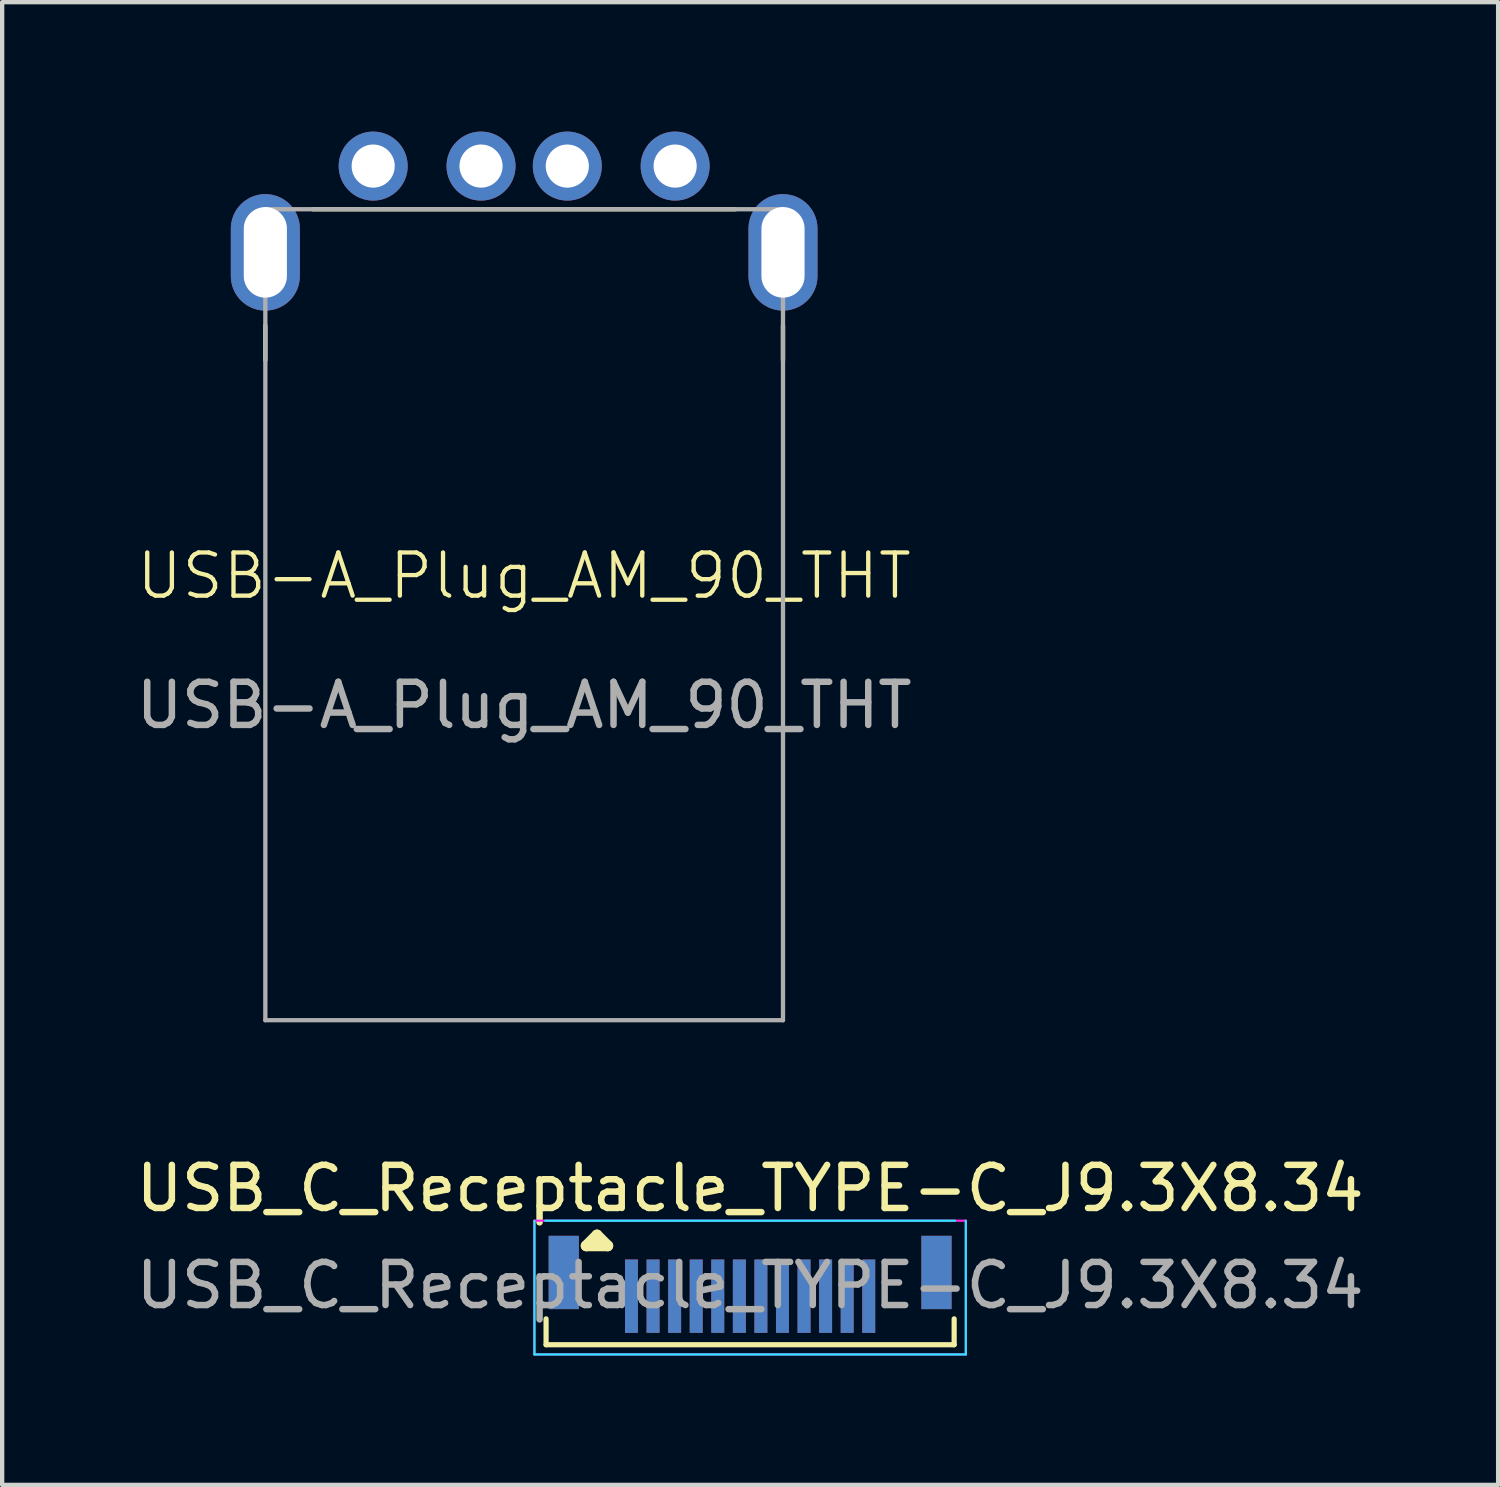
<source format=kicad_pcb>
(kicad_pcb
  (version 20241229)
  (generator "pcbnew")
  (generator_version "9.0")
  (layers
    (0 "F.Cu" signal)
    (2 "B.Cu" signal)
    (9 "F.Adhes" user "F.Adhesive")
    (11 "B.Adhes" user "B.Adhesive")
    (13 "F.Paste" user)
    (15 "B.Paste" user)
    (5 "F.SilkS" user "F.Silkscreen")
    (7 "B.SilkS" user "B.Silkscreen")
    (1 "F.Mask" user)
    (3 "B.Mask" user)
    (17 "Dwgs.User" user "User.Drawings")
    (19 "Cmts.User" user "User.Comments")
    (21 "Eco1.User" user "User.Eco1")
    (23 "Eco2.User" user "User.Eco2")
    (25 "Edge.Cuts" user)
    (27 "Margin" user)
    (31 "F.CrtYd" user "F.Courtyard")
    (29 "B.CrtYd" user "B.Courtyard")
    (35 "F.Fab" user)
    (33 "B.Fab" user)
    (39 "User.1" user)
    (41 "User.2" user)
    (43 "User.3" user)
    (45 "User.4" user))
  (footprint "USB_C_Receptacle_TYPE-C_J9.3X8.34"
    (layer "F.Cu")
    (at 14.339 26.748)
    (property "Reference" "USB_C_Receptacle_TYPE-C_J9.3X8.34" (at 0 -2.25 180) (layer "F.SilkS") (effects (font (size 1 1) (thickness 0.15))))
    (attr smd)
    (fp_line (start -4.73 1.375) (end -4.73 0.775) (stroke (width 0.12) (type solid)) (layer "F.SilkS"))
    (fp_line (start -3.799 -0.918) (end -3.301 -0.918) (stroke (width 0.254) (type solid)) (layer "F.SilkS"))
    (fp_line (start -3.55 -1.167) (end -3.799 -0.918) (stroke (width 0.254) (type solid)) (layer "F.SilkS"))
    (fp_line (start -3.301 -0.918) (end -3.55 -1.167) (stroke (width 0.254) (type solid)) (layer "F.SilkS"))
    (fp_line (start 4.73 1.375) (end -4.73 1.375) (stroke (width 0.12) (type solid)) (layer "F.SilkS"))
    (fp_line (start 4.73 1.375) (end 4.73 0.775) (stroke (width 0.12) (type solid)) (layer "F.SilkS"))
    (fp_line (start -5 -1.5) (end -5 1.6) (stroke (width 0.05) (type solid)) (layer "B.CrtYd"))
    (fp_line (start -5 1.6) (end 5 1.6) (stroke (width 0.05) (type solid)) (layer "B.CrtYd"))
    (fp_line (start 4.75 -1.5) (end -4.75 -1.5) (stroke (width 0.05) (type solid)) (layer "B.CrtYd"))
    (fp_line (start 5 1.6) (end 5 -1.5) (stroke (width 0.05) (type solid)) (layer "B.CrtYd"))
    (fp_line (start -5 -1.5) (end 5 -1.5) (stroke (width 0.05) (type solid)) (layer "F.CrtYd"))
    (fp_line (start -5 1.6) (end -5 -1.5) (stroke (width 0.05) (type solid)) (layer "F.CrtYd"))
    (fp_line (start 5 -1.5) (end 5 1.6) (stroke (width 0.05) (type solid)) (layer "F.CrtYd"))
    (fp_line (start 5 1.6) (end -5 1.6) (stroke (width 0.05) (type solid)) (layer "F.CrtYd"))
    (fp_text user "${REFERENCE}" (at 0 0 0) (unlocked yes) (layer "F.Fab") (effects (font (size 1 1) (thickness 0.15))))
    (pad "A1" smd rect (at -2.75 0.25) (size 0.3 1.7) (layers "F.Cu" "F.Mask" "F.Paste"))
    (pad "A2" smd rect (at -2.25 0.25) (size 0.3 1.7) (layers "F.Cu" "F.Mask" "F.Paste"))
    (pad "A3" smd rect (at -1.75 0.25) (size 0.3 1.7) (layers "F.Cu" "F.Mask" "F.Paste"))
    (pad "A4" smd rect (at -1.25 0.25) (size 0.3 1.7) (layers "F.Cu" "F.Mask" "F.Paste"))
    (pad "A5" smd rect (at -0.75 0.25) (size 0.3 1.7) (layers "F.Cu" "F.Mask" "F.Paste"))
    (pad "A6" smd rect (at -0.25 0.25) (size 0.3 1.7) (layers "F.Cu" "F.Mask" "F.Paste"))
    (pad "A7" smd rect (at 0.25 0.25) (size 0.3 1.7) (layers "F.Cu" "F.Mask" "F.Paste"))
    (pad "A8" smd rect (at 0.75 0.25) (size 0.3 1.7) (layers "F.Cu" "F.Mask" "F.Paste"))
    (pad "A9" smd rect (at 1.25 0.25) (size 0.3 1.7) (layers "F.Cu" "F.Mask" "F.Paste"))
    (pad "A10" smd rect (at 1.75 0.25) (size 0.3 1.7) (layers "F.Cu" "F.Mask" "F.Paste"))
    (pad "A11" smd rect (at 2.25 0.25) (size 0.3 1.7) (layers "F.Cu" "F.Mask" "F.Paste"))
    (pad "A12" smd rect (at 2.75 0.25) (size 0.3 1.7) (layers "F.Cu" "F.Mask" "F.Paste"))
    (pad "B1" smd rect (at 2.75 0.25) (size 0.3 1.7) (layers "B.Cu" "B.Mask" "B.Paste"))
    (pad "B2" smd rect (at 2.25 0.25) (size 0.3 1.7) (layers "B.Cu" "B.Mask" "B.Paste"))
    (pad "B3" smd rect (at 1.75 0.25) (size 0.3 1.7) (layers "B.Cu" "B.Mask" "B.Paste"))
    (pad "B4" smd rect (at 1.25 0.25) (size 0.3 1.7) (layers "B.Cu" "B.Mask" "B.Paste"))
    (pad "B5" smd rect (at 0.75 0.25) (size 0.3 1.7) (layers "B.Cu" "B.Mask" "B.Paste"))
    (pad "B6" smd rect (at 0.25 0.25) (size 0.3 1.7) (layers "B.Cu" "B.Mask" "B.Paste"))
    (pad "B7" smd rect (at -0.25 0.25) (size 0.3 1.7) (layers "B.Cu" "B.Mask" "B.Paste"))
    (pad "B8" smd rect (at -0.75 0.25) (size 0.3 1.7) (layers "B.Cu" "B.Mask" "B.Paste"))
    (pad "B9" smd rect (at -1.25 0.25) (size 0.3 1.7) (layers "B.Cu" "B.Mask" "B.Paste"))
    (pad "B10" smd rect (at -1.75 0.25) (size 0.3 1.7) (layers "B.Cu" "B.Mask" "B.Paste"))
    (pad "B11" smd rect (at -2.25 0.25) (size 0.3 1.7) (layers "B.Cu" "B.Mask" "B.Paste"))
    (pad "B12" smd rect (at -2.75 0.25) (size 0.3 1.7) (layers "B.Cu" "B.Mask" "B.Paste"))
    (pad "S1" smd rect (at -4.32 -0.3) (size 0.7 1.7) (layers "F.Cu" "F.Mask" "F.Paste"))
    (pad "S1" smd rect (at -4.32 -0.3) (size 0.7 1.7) (layers "B.Cu" "B.Mask" "B.Paste"))
    (pad "S1" smd rect (at 4.32 -0.3) (size 0.7 1.7) (layers "F.Cu" "F.Mask" "F.Paste"))
    (pad "S1" smd rect (at 4.32 -0.3) (size 0.7 1.7) (layers "B.Cu" "B.Mask" "B.Paste")))
  (footprint "USB-A_Plug_AM_90_THT"
    (layer "F.Cu")
    (at 9.101 11.2)
    (property "Reference" "USB-A_Plug_AM_90_THT" (at 0 -0.9 0) (unlocked yes) (layer "F.SilkS") (effects (font (size 1 1) (thickness 0.1))))
    (attr through_hole)
    (fp_line (start -6 -5.9) (end -6 -6.7) (stroke (width 0.1) (type default)) (layer "F.SilkS"))
    (fp_line (start -4.9 -9.4) (end 4.9 -9.4) (stroke (width 0.1) (type default)) (layer "F.SilkS"))
    (fp_line (start 6 -5.9) (end 6 -6.7) (stroke (width 0.1) (type default)) (layer "F.SilkS"))
    (fp_line (start -6 -9.4) (end -6 9.4) (stroke (width 0.1) (type default)) (layer "F.Fab"))
    (fp_line (start -6 -9.4) (end 6 -9.4) (stroke (width 0.1) (type default)) (layer "F.Fab"))
    (fp_line (start -6 9.4) (end 6 9.4) (stroke (width 0.1) (type default)) (layer "F.Fab"))
    (fp_line (start 6 -9.4) (end 6 9.4) (stroke (width 0.1) (type default)) (layer "F.Fab"))
    (fp_text user "${REFERENCE}" (at 0 2.1 0) (unlocked yes) (layer "F.Fab") (effects (font (size 1 1) (thickness 0.15))))
    (pad "1" thru_hole circle (at -3.5 -10.4) (size 1.6 1.6) (drill 1) (layers "*.Cu" "*.Mask"))
    (pad "2" thru_hole circle (at -1 -10.4) (size 1.6 1.6) (drill 1) (layers "*.Cu" "*.Mask"))
    (pad "3" thru_hole circle (at 1 -10.4) (size 1.6 1.6) (drill 1) (layers "*.Cu" "*.Mask"))
    (pad "4" thru_hole circle (at 3.5 -10.4) (size 1.6 1.6) (drill 1) (layers "*.Cu" "*.Mask"))
    (pad "5" thru_hole oval (at -6 -8.4) (size 1.6 2.7) (drill oval 1 2.1) (layers "*.Cu" "*.Mask"))
    (pad "5" thru_hole oval (at 6 -8.4) (size 1.6 2.7) (drill oval 1 2.1) (layers "*.Cu" "*.Mask")))
  (gr_rect
    (start -3 -3)
    (end 31.679 31.373)
    (stroke (width 0.1) (type default))
    (fill no)
    (layer "Edge.Cuts")))
</source>
